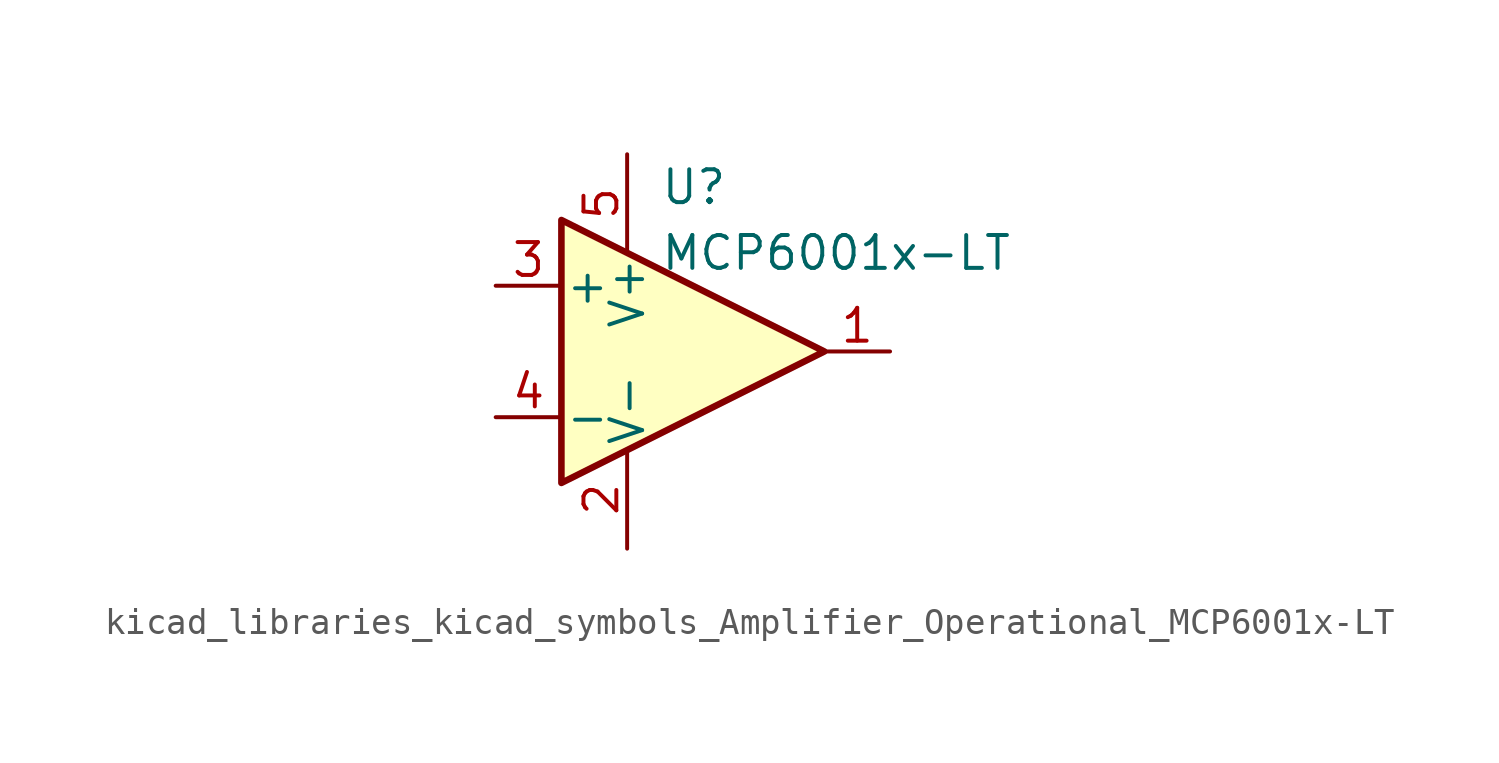
<source format=kicad_sym>
(kicad_symbol_lib
  (version 20220914)
  (generator kicad_symbol_editor)
  (symbol "kicad_libraries_kicad_symbols_Amplifier_Operational_MCP6001x-LT"
    (pin_names
      (offset 0.127))
    (property "Reference" "U"
      (at -1.27 6.35 0)
      (effects (font (size 1.27 1.27)) (justify left)))
    (property "Value" "MCP6001x-LT"
      (at -1.27 3.81 0)
      (effects (font (size 1.27 1.27)) (justify left)))
    (symbol "kicad_libraries_kicad_symbols_Amplifier_Operational_MCP6001x-LT_0_1"
      (polyline (pts (xy -5.08 5.08) (xy 5.08 0) (xy -5.08 -5.08) (xy -5.08 5.08)) (stroke (width 0.254) (type default)) (fill (type background)))
      (pin power_in line (at -2.54 -7.62 90) (length 3.81) (name "V-" (effects (font (size 1.27 1.27)))) (number "2" (effects (font (size 1.27 1.27)))))
      (pin power_in line (at -2.54 7.62 270) (length 3.81) (name "V+" (effects (font (size 1.27 1.27)))) (number "5" (effects (font (size 1.27 1.27))))))
    (symbol "kicad_libraries_kicad_symbols_Amplifier_Operational_MCP6001x-LT_1_1"
      (pin output line (at 7.62 0 180) (length 2.54) (name "~" (effects (font (size 1.27 1.27)))) (number "1" (effects (font (size 1.27 1.27)))))
      (pin input line (at -7.62 2.54 0) (length 2.54) (name "+" (effects (font (size 1.27 1.27)))) (number "3" (effects (font (size 1.27 1.27)))))
      (pin input line (at -7.62 -2.54 0) (length 2.54) (name "-" (effects (font (size 1.27 1.27)))) (number "4" (effects (font (size 1.27 1.27))))))))
</source>
